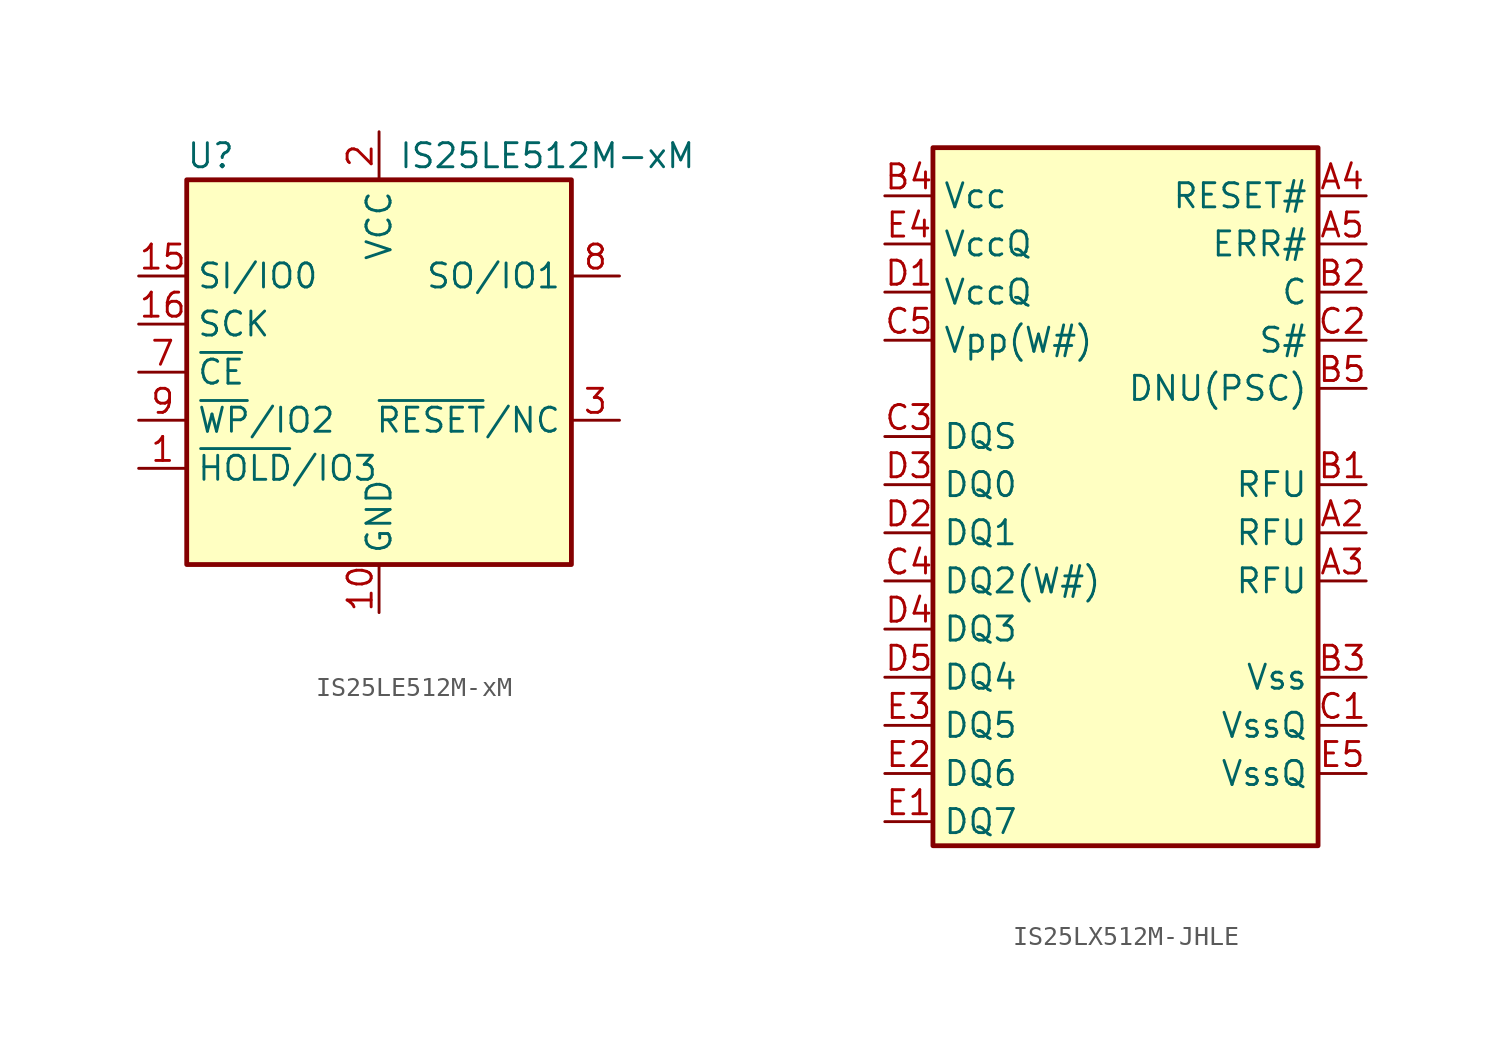
<source format=kicad_sym>
(kicad_symbol_lib
  (version 20241209)
  (generator "kicad_symbol_editor")
  (generator_version "9.0")
  (symbol "IS25LE512M-xM"
    (property "Reference" "U"
      (at -8.89 11.43 0)
      (effects (font (size 1.27 1.27))))
    (property "Value" "IS25LE512M-xM"
      (at 8.89 11.43 0)
      (effects (font (size 1.27 1.27))))
    (symbol "IS25LE512M-xM_0_1"
      (rectangle (start 10.16 -10.16) (end -10.16 10.16) (stroke (width 0.254) (type default)) (fill (type background)))
      (pin bidirectional line (at -12.7 5.08 0) (length 2.54) (name "SI/IO0" (effects (font (size 1.27 1.27)))) (number "15" (effects (font (size 1.27 1.27)))))
      (pin input line (at -12.7 2.54 0) (length 2.54) (name "SCK" (effects (font (size 1.27 1.27)))) (number "16" (effects (font (size 1.27 1.27)))))
      (pin input line (at -12.7 0 0) (length 2.54) (name "~{CE}" (effects (font (size 1.27 1.27)))) (number "7" (effects (font (size 1.27 1.27)))))
      (pin bidirectional line (at -12.7 -2.54 0) (length 2.54) (name "~{WP}/IO2" (effects (font (size 1.27 1.27)))) (number "9" (effects (font (size 1.27 1.27)))))
      (pin bidirectional line (at -12.7 -5.08 0) (length 2.54) (name "~{HOLD}/IO3" (effects (font (size 1.27 1.27)))) (number "1" (effects (font (size 1.27 1.27)))))
      (pin no_connect line (at -10.16 7.62 0) (length 2.54) (hide yes) (name "NC" (effects (font (size 1.27 1.27)))) (number "4" (effects (font (size 1.27 1.27)))))
      (pin no_connect line (at -10.16 -7.62 0) (length 2.54) (hide yes) (name "NC" (effects (font (size 1.27 1.27)))) (number "5" (effects (font (size 1.27 1.27)))))
      (pin power_in line (at 0 12.7 270) (length 2.54) (name "VCC" (effects (font (size 1.27 1.27)))) (number "2" (effects (font (size 1.27 1.27)))))
      (pin power_in line (at 0 -12.7 90) (length 2.54) (name "GND" (effects (font (size 1.27 1.27)))) (number "10" (effects (font (size 1.27 1.27)))))
      (pin no_connect line (at 10.16 7.62 180) (length 2.54) (hide yes) (name "NC" (effects (font (size 1.27 1.27)))) (number "13" (effects (font (size 1.27 1.27)))))
      (pin no_connect line (at 10.16 2.54 180) (length 2.54) (hide yes) (name "NC" (effects (font (size 1.27 1.27)))) (number "6" (effects (font (size 1.27 1.27)))))
      (pin no_connect line (at 10.16 0 180) (length 2.54) (hide yes) (name "NC" (effects (font (size 1.27 1.27)))) (number "11" (effects (font (size 1.27 1.27)))))
      (pin no_connect line (at 10.16 -5.08 180) (length 2.54) (hide yes) (name "NC" (effects (font (size 1.27 1.27)))) (number "12" (effects (font (size 1.27 1.27)))))
      (pin no_connect line (at 10.16 -7.62 180) (length 2.54) (hide yes) (name "NC" (effects (font (size 1.27 1.27)))) (number "14" (effects (font (size 1.27 1.27)))))
      (pin bidirectional line (at 12.7 5.08 180) (length 2.54) (name "SO/IO1" (effects (font (size 1.27 1.27)))) (number "8" (effects (font (size 1.27 1.27)))))
      (pin input line (at 12.7 -2.54 180) (length 2.54) (name "~{RESET}/NC" (effects (font (size 1.27 1.27)))) (number "3" (effects (font (size 1.27 1.27)))))))
  (symbol "IS25LX512M-JHLE"
    (property "Reference" "U"
      (at 0 0 0)
      (effects (font (size 1.27 1.27)) (hide yes)))
    (property "Value" ""
      (at 0 0 0)
      (effects (font (size 1.27 1.27))))
    (symbol "IS25LX512M-JHLE_1_1"
      (rectangle (start -10.16 10.16) (end 10.16 -26.67) (stroke (width 0.254) (type solid)) (fill (type background)))
      (pin power_in line (at -12.7 7.62 0) (length 2.54) (name "Vcc" (effects (font (size 1.27 1.27)))) (number "B4" (effects (font (size 1.27 1.27)))))
      (pin power_in line (at -12.7 5.08 0) (length 2.54) (name "VccQ" (effects (font (size 1.27 1.27)))) (number "E4" (effects (font (size 1.27 1.27)))))
      (pin power_in line (at -12.7 2.54 0) (length 2.54) (name "VccQ" (effects (font (size 1.27 1.27)))) (number "D1" (effects (font (size 1.27 1.27)))))
      (pin power_in line (at -12.7 0 0) (length 2.54) (name "Vpp(W#)" (effects (font (size 1.27 1.27)))) (number "C5" (effects (font (size 1.27 1.27)))))
      (pin bidirectional line (at -12.7 -5.08 0) (length 2.54) (name "DQS" (effects (font (size 1.27 1.27)))) (number "C3" (effects (font (size 1.27 1.27)))))
      (pin bidirectional line (at -12.7 -7.62 0) (length 2.54) (name "DQ0" (effects (font (size 1.27 1.27)))) (number "D3" (effects (font (size 1.27 1.27)))))
      (pin bidirectional line (at -12.7 -10.16 0) (length 2.54) (name "DQ1" (effects (font (size 1.27 1.27)))) (number "D2" (effects (font (size 1.27 1.27)))))
      (pin bidirectional line (at -12.7 -12.7 0) (length 2.54) (name "DQ2(W#)" (effects (font (size 1.27 1.27)))) (number "C4" (effects (font (size 1.27 1.27)))))
      (pin bidirectional line (at -12.7 -15.24 0) (length 2.54) (name "DQ3" (effects (font (size 1.27 1.27)))) (number "D4" (effects (font (size 1.27 1.27)))))
      (pin bidirectional line (at -12.7 -17.78 0) (length 2.54) (name "DQ4" (effects (font (size 1.27 1.27)))) (number "D5" (effects (font (size 1.27 1.27)))))
      (pin bidirectional line (at -12.7 -20.32 0) (length 2.54) (name "DQ5" (effects (font (size 1.27 1.27)))) (number "E3" (effects (font (size 1.27 1.27)))))
      (pin bidirectional line (at -12.7 -22.86 0) (length 2.54) (name "DQ6" (effects (font (size 1.27 1.27)))) (number "E2" (effects (font (size 1.27 1.27)))))
      (pin bidirectional line (at -12.7 -25.4 0) (length 2.54) (name "DQ7" (effects (font (size 1.27 1.27)))) (number "E1" (effects (font (size 1.27 1.27)))))
      (pin bidirectional line (at 12.7 7.62 180) (length 2.54) (name "RESET#" (effects (font (size 1.27 1.27)))) (number "A4" (effects (font (size 1.27 1.27)))))
      (pin bidirectional line (at 12.7 5.08 180) (length 2.54) (name "ERR#" (effects (font (size 1.27 1.27)))) (number "A5" (effects (font (size 1.27 1.27)))))
      (pin bidirectional line (at 12.7 2.54 180) (length 2.54) (name "C" (effects (font (size 1.27 1.27)))) (number "B2" (effects (font (size 1.27 1.27)))))
      (pin bidirectional line (at 12.7 0 180) (length 2.54) (name "S#" (effects (font (size 1.27 1.27)))) (number "C2" (effects (font (size 1.27 1.27)))))
      (pin bidirectional line (at 12.7 -2.54 180) (length 2.54) (name "DNU(PSC)" (effects (font (size 1.27 1.27)))) (number "B5" (effects (font (size 1.27 1.27)))))
      (pin bidirectional line (at 12.7 -7.62 180) (length 2.54) (name "RFU" (effects (font (size 1.27 1.27)))) (number "B1" (effects (font (size 1.27 1.27)))))
      (pin bidirectional line (at 12.7 -10.16 180) (length 2.54) (name "RFU" (effects (font (size 1.27 1.27)))) (number "A2" (effects (font (size 1.27 1.27)))))
      (pin bidirectional line (at 12.7 -12.7 180) (length 2.54) (name "RFU" (effects (font (size 1.27 1.27)))) (number "A3" (effects (font (size 1.27 1.27)))))
      (pin power_out line (at 12.7 -17.78 180) (length 2.54) (name "Vss" (effects (font (size 1.27 1.27)))) (number "B3" (effects (font (size 1.27 1.27)))))
      (pin power_out line (at 12.7 -20.32 180) (length 2.54) (name "VssQ" (effects (font (size 1.27 1.27)))) (number "C1" (effects (font (size 1.27 1.27)))))
      (pin power_out line (at 12.7 -22.86 180) (length 2.54) (name "VssQ" (effects (font (size 1.27 1.27)))) (number "E5" (effects (font (size 1.27 1.27))))))))
</source>
